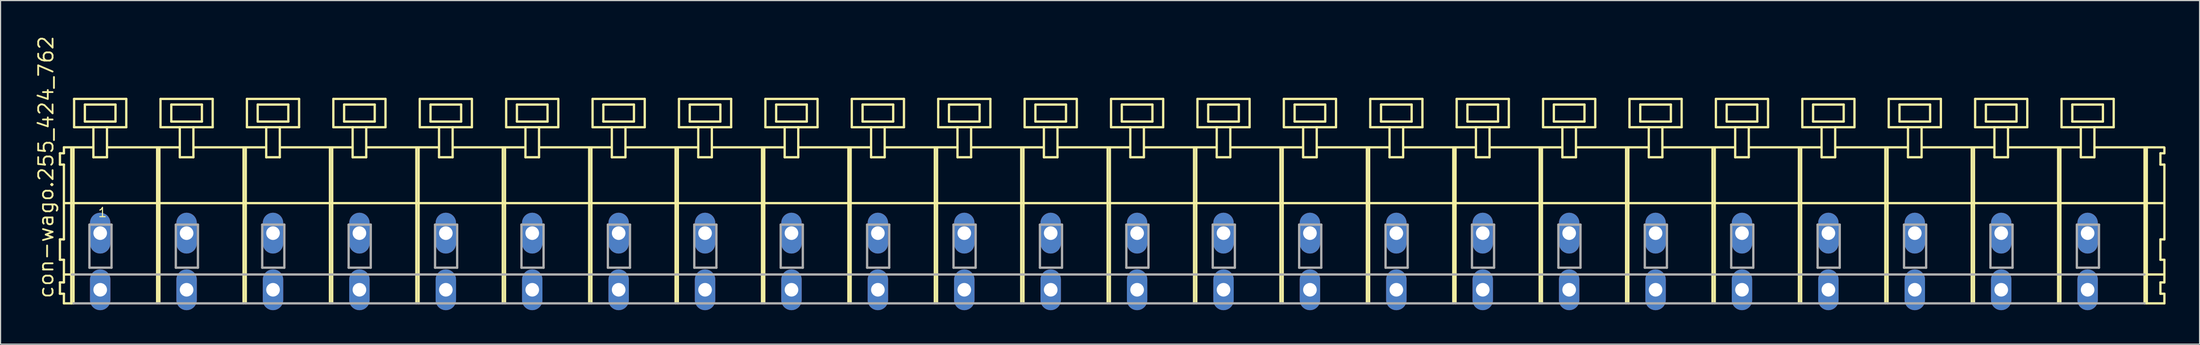
<source format=kicad_pcb>
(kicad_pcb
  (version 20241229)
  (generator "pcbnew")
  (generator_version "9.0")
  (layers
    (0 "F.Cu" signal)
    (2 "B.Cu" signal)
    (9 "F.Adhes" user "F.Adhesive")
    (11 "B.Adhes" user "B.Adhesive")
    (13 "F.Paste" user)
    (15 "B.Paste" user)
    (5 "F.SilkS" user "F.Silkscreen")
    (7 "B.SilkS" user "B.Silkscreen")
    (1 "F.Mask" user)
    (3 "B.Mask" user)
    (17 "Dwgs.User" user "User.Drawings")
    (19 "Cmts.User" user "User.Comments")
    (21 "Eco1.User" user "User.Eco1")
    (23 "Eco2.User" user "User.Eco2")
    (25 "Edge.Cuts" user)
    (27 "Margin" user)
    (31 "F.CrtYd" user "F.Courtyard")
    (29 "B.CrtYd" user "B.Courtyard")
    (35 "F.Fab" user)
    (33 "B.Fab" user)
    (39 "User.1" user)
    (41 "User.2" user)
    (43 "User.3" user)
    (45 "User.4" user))
  (footprint "con-wago.255_424_762"
    (layer "F.Cu")
    (at 94.685 17.533)
    (property "Reference" "con-wago.255_424_762" (at -92.935 5.855 90) (layer "F.SilkS") (effects (font (size 1.27 1.27) (thickness 0.16)) (justify left bottom)))
    (attr through_hole)
    (fp_line (start -92.45 -7.05) (end -92.45 -6.05) (stroke (width 0.203) (type default)) (layer "F.SilkS"))
    (fp_line (start -92.45 -6.05) (end -92.1 -6.05) (stroke (width 0.203) (type default)) (layer "F.SilkS"))
    (fp_line (start -92.45 0.55) (end -92.45 2.35) (stroke (width 0.203) (type default)) (layer "F.SilkS"))
    (fp_line (start -92.45 2.35) (end -92.1 2.35) (stroke (width 0.203) (type default)) (layer "F.SilkS"))
    (fp_line (start -92.45 4.35) (end -92.45 5.35) (stroke (width 0.203) (type default)) (layer "F.SilkS"))
    (fp_line (start -92.45 5.35) (end -92.1 5.35) (stroke (width 0.203) (type default)) (layer "F.SilkS"))
    (fp_line (start -92.1 -7.575) (end -92.1 -7.05) (stroke (width 0.203) (type default)) (layer "F.SilkS"))
    (fp_line (start -92.1 -7.575) (end -89.525 -7.575) (stroke (width 0.203) (type default)) (layer "F.SilkS"))
    (fp_line (start -92.1 -7.05) (end -92.45 -7.05) (stroke (width 0.203) (type default)) (layer "F.SilkS"))
    (fp_line (start -92.1 -6.05) (end -92.1 0.55) (stroke (width 0.203) (type default)) (layer "F.SilkS"))
    (fp_line (start -92.1 0.55) (end -92.45 0.55) (stroke (width 0.203) (type default)) (layer "F.SilkS"))
    (fp_line (start -92.1 2.35) (end -92.1 4.35) (stroke (width 0.203) (type default)) (layer "F.SilkS"))
    (fp_line (start -92.1 3.65) (end -91.4 3.65) (stroke (width 0.203) (type default)) (layer "F.SilkS"))
    (fp_line (start -92.1 4.35) (end -92.45 4.35) (stroke (width 0.203) (type default)) (layer "F.SilkS"))
    (fp_line (start -92.1 5.35) (end -92.1 6.2) (stroke (width 0.203) (type default)) (layer "F.SilkS"))
    (fp_line (start -92.1 6.2) (end -91.45 6.2) (stroke (width 0.203) (type default)) (layer "F.SilkS"))
    (fp_line (start -92.05 -2.65) (end 93.08 -2.65) (stroke (width 0.203) (type default)) (layer "F.SilkS"))
    (fp_line (start -91.45 -7.55) (end -91.45 6.2) (stroke (width 0.203) (type default)) (layer "F.SilkS"))
    (fp_line (start -91.45 6.2) (end -91.25 6.2) (stroke (width 0.203) (type default)) (layer "F.SilkS"))
    (fp_line (start -91.25 -7.55) (end -91.25 6.2) (stroke (width 0.203) (type default)) (layer "F.SilkS"))
    (fp_line (start -91.2 -11.85) (end -91.2 -9.35) (stroke (width 0.203) (type default)) (layer "F.SilkS"))
    (fp_line (start -91.2 -9.35) (end -89.5 -9.35) (stroke (width 0.203) (type default)) (layer "F.SilkS"))
    (fp_line (start -90.25 -11.35) (end -90.25 -9.85) (stroke (width 0.203) (type default)) (layer "F.SilkS"))
    (fp_line (start -90.25 -9.85) (end -87.55 -9.85) (stroke (width 0.203) (type default)) (layer "F.SilkS"))
    (fp_line (start -89.5 -9.35) (end -89.5 -6.7) (stroke (width 0.203) (type default)) (layer "F.SilkS"))
    (fp_line (start -89.5 -9.35) (end -88.3 -9.35) (stroke (width 0.203) (type default)) (layer "F.SilkS"))
    (fp_line (start -89.5 -6.7) (end -88.3 -6.7) (stroke (width 0.203) (type default)) (layer "F.SilkS"))
    (fp_line (start -88.3 -9.35) (end -86.6 -9.35) (stroke (width 0.203) (type default)) (layer "F.SilkS"))
    (fp_line (start -88.3 -6.7) (end -88.3 -9.35) (stroke (width 0.203) (type default)) (layer "F.SilkS"))
    (fp_line (start -88.275 -7.575) (end -81.901 -7.575) (stroke (width 0.203) (type default)) (layer "F.SilkS"))
    (fp_line (start -87.55 -11.35) (end -90.25 -11.35) (stroke (width 0.203) (type default)) (layer "F.SilkS"))
    (fp_line (start -87.55 -9.85) (end -87.55 -11.35) (stroke (width 0.203) (type default)) (layer "F.SilkS"))
    (fp_line (start -86.6 -11.85) (end -91.2 -11.85) (stroke (width 0.203) (type default)) (layer "F.SilkS"))
    (fp_line (start -86.6 -9.35) (end -86.6 -11.85) (stroke (width 0.203) (type default)) (layer "F.SilkS"))
    (fp_line (start -83.88 -7.55) (end -83.88 6.2) (stroke (width 0.203) (type default)) (layer "F.SilkS"))
    (fp_line (start -83.68 -7.55) (end -83.68 6.2) (stroke (width 0.203) (type default)) (layer "F.SilkS"))
    (fp_line (start -83.58 -11.85) (end -83.58 -9.35) (stroke (width 0.203) (type default)) (layer "F.SilkS"))
    (fp_line (start -83.58 -9.35) (end -81.88 -9.35) (stroke (width 0.203) (type default)) (layer "F.SilkS"))
    (fp_line (start -82.63 -11.35) (end -82.63 -9.85) (stroke (width 0.203) (type default)) (layer "F.SilkS"))
    (fp_line (start -82.63 -9.85) (end -79.93 -9.85) (stroke (width 0.203) (type default)) (layer "F.SilkS"))
    (fp_line (start -81.88 -9.35) (end -81.88 -6.7) (stroke (width 0.203) (type default)) (layer "F.SilkS"))
    (fp_line (start -81.88 -9.35) (end -80.68 -9.35) (stroke (width 0.203) (type default)) (layer "F.SilkS"))
    (fp_line (start -81.88 -6.7) (end -80.68 -6.7) (stroke (width 0.203) (type default)) (layer "F.SilkS"))
    (fp_line (start -80.68 -9.35) (end -78.98 -9.35) (stroke (width 0.203) (type default)) (layer "F.SilkS"))
    (fp_line (start -80.68 -6.7) (end -80.68 -9.35) (stroke (width 0.203) (type default)) (layer "F.SilkS"))
    (fp_line (start -80.655 -7.575) (end -74.281 -7.575) (stroke (width 0.203) (type default)) (layer "F.SilkS"))
    (fp_line (start -79.93 -11.35) (end -82.63 -11.35) (stroke (width 0.203) (type default)) (layer "F.SilkS"))
    (fp_line (start -79.93 -9.85) (end -79.93 -11.35) (stroke (width 0.203) (type default)) (layer "F.SilkS"))
    (fp_line (start -78.98 -11.85) (end -83.58 -11.85) (stroke (width 0.203) (type default)) (layer "F.SilkS"))
    (fp_line (start -78.98 -9.35) (end -78.98 -11.85) (stroke (width 0.203) (type default)) (layer "F.SilkS"))
    (fp_line (start -76.26 -7.55) (end -76.26 6.2) (stroke (width 0.203) (type default)) (layer "F.SilkS"))
    (fp_line (start -76.06 -7.55) (end -76.06 6.2) (stroke (width 0.203) (type default)) (layer "F.SilkS"))
    (fp_line (start -75.96 -11.85) (end -75.96 -9.35) (stroke (width 0.203) (type default)) (layer "F.SilkS"))
    (fp_line (start -75.96 -9.35) (end -74.26 -9.35) (stroke (width 0.203) (type default)) (layer "F.SilkS"))
    (fp_line (start -75.01 -11.35) (end -75.01 -9.85) (stroke (width 0.203) (type default)) (layer "F.SilkS"))
    (fp_line (start -75.01 -9.85) (end -72.31 -9.85) (stroke (width 0.203) (type default)) (layer "F.SilkS"))
    (fp_line (start -74.26 -9.35) (end -74.26 -6.7) (stroke (width 0.203) (type default)) (layer "F.SilkS"))
    (fp_line (start -74.26 -9.35) (end -73.06 -9.35) (stroke (width 0.203) (type default)) (layer "F.SilkS"))
    (fp_line (start -74.26 -6.7) (end -73.06 -6.7) (stroke (width 0.203) (type default)) (layer "F.SilkS"))
    (fp_line (start -73.06 -9.35) (end -71.36 -9.35) (stroke (width 0.203) (type default)) (layer "F.SilkS"))
    (fp_line (start -73.06 -6.7) (end -73.06 -9.35) (stroke (width 0.203) (type default)) (layer "F.SilkS"))
    (fp_line (start -73.035 -7.575) (end -66.661 -7.575) (stroke (width 0.203) (type default)) (layer "F.SilkS"))
    (fp_line (start -72.31 -11.35) (end -75.01 -11.35) (stroke (width 0.203) (type default)) (layer "F.SilkS"))
    (fp_line (start -72.31 -9.85) (end -72.31 -11.35) (stroke (width 0.203) (type default)) (layer "F.SilkS"))
    (fp_line (start -71.36 -11.85) (end -75.96 -11.85) (stroke (width 0.203) (type default)) (layer "F.SilkS"))
    (fp_line (start -71.36 -9.35) (end -71.36 -11.85) (stroke (width 0.203) (type default)) (layer "F.SilkS"))
    (fp_line (start -68.64 -7.55) (end -68.64 6.2) (stroke (width 0.203) (type default)) (layer "F.SilkS"))
    (fp_line (start -68.44 -7.55) (end -68.44 6.2) (stroke (width 0.203) (type default)) (layer "F.SilkS"))
    (fp_line (start -68.34 -11.85) (end -68.34 -9.35) (stroke (width 0.203) (type default)) (layer "F.SilkS"))
    (fp_line (start -68.34 -9.35) (end -66.64 -9.35) (stroke (width 0.203) (type default)) (layer "F.SilkS"))
    (fp_line (start -67.39 -11.35) (end -67.39 -9.85) (stroke (width 0.203) (type default)) (layer "F.SilkS"))
    (fp_line (start -67.39 -9.85) (end -64.69 -9.85) (stroke (width 0.203) (type default)) (layer "F.SilkS"))
    (fp_line (start -66.64 -9.35) (end -66.64 -6.7) (stroke (width 0.203) (type default)) (layer "F.SilkS"))
    (fp_line (start -66.64 -9.35) (end -65.44 -9.35) (stroke (width 0.203) (type default)) (layer "F.SilkS"))
    (fp_line (start -66.64 -6.7) (end -65.44 -6.7) (stroke (width 0.203) (type default)) (layer "F.SilkS"))
    (fp_line (start -65.44 -9.35) (end -63.74 -9.35) (stroke (width 0.203) (type default)) (layer "F.SilkS"))
    (fp_line (start -65.44 -6.7) (end -65.44 -9.35) (stroke (width 0.203) (type default)) (layer "F.SilkS"))
    (fp_line (start -65.415 -7.575) (end -59.041 -7.575) (stroke (width 0.203) (type default)) (layer "F.SilkS"))
    (fp_line (start -64.69 -11.35) (end -67.39 -11.35) (stroke (width 0.203) (type default)) (layer "F.SilkS"))
    (fp_line (start -64.69 -9.85) (end -64.69 -11.35) (stroke (width 0.203) (type default)) (layer "F.SilkS"))
    (fp_line (start -63.74 -11.85) (end -68.34 -11.85) (stroke (width 0.203) (type default)) (layer "F.SilkS"))
    (fp_line (start -63.74 -9.35) (end -63.74 -11.85) (stroke (width 0.203) (type default)) (layer "F.SilkS"))
    (fp_line (start -61.02 -7.55) (end -61.02 6.2) (stroke (width 0.203) (type default)) (layer "F.SilkS"))
    (fp_line (start -60.82 -7.55) (end -60.82 6.2) (stroke (width 0.203) (type default)) (layer "F.SilkS"))
    (fp_line (start -60.72 -11.85) (end -60.72 -9.35) (stroke (width 0.203) (type default)) (layer "F.SilkS"))
    (fp_line (start -60.72 -9.35) (end -59.02 -9.35) (stroke (width 0.203) (type default)) (layer "F.SilkS"))
    (fp_line (start -59.77 -11.35) (end -59.77 -9.85) (stroke (width 0.203) (type default)) (layer "F.SilkS"))
    (fp_line (start -59.77 -9.85) (end -57.07 -9.85) (stroke (width 0.203) (type default)) (layer "F.SilkS"))
    (fp_line (start -59.02 -9.35) (end -59.02 -6.7) (stroke (width 0.203) (type default)) (layer "F.SilkS"))
    (fp_line (start -59.02 -9.35) (end -57.82 -9.35) (stroke (width 0.203) (type default)) (layer "F.SilkS"))
    (fp_line (start -59.02 -6.7) (end -57.82 -6.7) (stroke (width 0.203) (type default)) (layer "F.SilkS"))
    (fp_line (start -57.82 -9.35) (end -56.12 -9.35) (stroke (width 0.203) (type default)) (layer "F.SilkS"))
    (fp_line (start -57.82 -6.7) (end -57.82 -9.35) (stroke (width 0.203) (type default)) (layer "F.SilkS"))
    (fp_line (start -57.795 -7.575) (end -51.421 -7.575) (stroke (width 0.203) (type default)) (layer "F.SilkS"))
    (fp_line (start -57.07 -11.35) (end -59.77 -11.35) (stroke (width 0.203) (type default)) (layer "F.SilkS"))
    (fp_line (start -57.07 -9.85) (end -57.07 -11.35) (stroke (width 0.203) (type default)) (layer "F.SilkS"))
    (fp_line (start -56.12 -11.85) (end -60.72 -11.85) (stroke (width 0.203) (type default)) (layer "F.SilkS"))
    (fp_line (start -56.12 -9.35) (end -56.12 -11.85) (stroke (width 0.203) (type default)) (layer "F.SilkS"))
    (fp_line (start -53.4 -7.55) (end -53.4 6.2) (stroke (width 0.203) (type default)) (layer "F.SilkS"))
    (fp_line (start -53.2 -7.55) (end -53.2 6.2) (stroke (width 0.203) (type default)) (layer "F.SilkS"))
    (fp_line (start -53.1 -11.85) (end -53.1 -9.35) (stroke (width 0.203) (type default)) (layer "F.SilkS"))
    (fp_line (start -53.1 -9.35) (end -51.4 -9.35) (stroke (width 0.203) (type default)) (layer "F.SilkS"))
    (fp_line (start -52.15 -11.35) (end -52.15 -9.85) (stroke (width 0.203) (type default)) (layer "F.SilkS"))
    (fp_line (start -52.15 -9.85) (end -49.45 -9.85) (stroke (width 0.203) (type default)) (layer "F.SilkS"))
    (fp_line (start -51.4 -9.35) (end -51.4 -6.7) (stroke (width 0.203) (type default)) (layer "F.SilkS"))
    (fp_line (start -51.4 -9.35) (end -50.2 -9.35) (stroke (width 0.203) (type default)) (layer "F.SilkS"))
    (fp_line (start -51.4 -6.7) (end -50.2 -6.7) (stroke (width 0.203) (type default)) (layer "F.SilkS"))
    (fp_line (start -50.2 -9.35) (end -48.5 -9.35) (stroke (width 0.203) (type default)) (layer "F.SilkS"))
    (fp_line (start -50.2 -6.7) (end -50.2 -9.35) (stroke (width 0.203) (type default)) (layer "F.SilkS"))
    (fp_line (start -50.175 -7.575) (end -43.801 -7.575) (stroke (width 0.203) (type default)) (layer "F.SilkS"))
    (fp_line (start -49.45 -11.35) (end -52.15 -11.35) (stroke (width 0.203) (type default)) (layer "F.SilkS"))
    (fp_line (start -49.45 -9.85) (end -49.45 -11.35) (stroke (width 0.203) (type default)) (layer "F.SilkS"))
    (fp_line (start -48.5 -11.85) (end -53.1 -11.85) (stroke (width 0.203) (type default)) (layer "F.SilkS"))
    (fp_line (start -48.5 -9.35) (end -48.5 -11.85) (stroke (width 0.203) (type default)) (layer "F.SilkS"))
    (fp_line (start -45.78 -7.55) (end -45.78 6.2) (stroke (width 0.203) (type default)) (layer "F.SilkS"))
    (fp_line (start -45.58 -7.55) (end -45.58 6.2) (stroke (width 0.203) (type default)) (layer "F.SilkS"))
    (fp_line (start -45.48 -11.85) (end -45.48 -9.35) (stroke (width 0.203) (type default)) (layer "F.SilkS"))
    (fp_line (start -45.48 -9.35) (end -43.78 -9.35) (stroke (width 0.203) (type default)) (layer "F.SilkS"))
    (fp_line (start -44.53 -11.35) (end -44.53 -9.85) (stroke (width 0.203) (type default)) (layer "F.SilkS"))
    (fp_line (start -44.53 -9.85) (end -41.83 -9.85) (stroke (width 0.203) (type default)) (layer "F.SilkS"))
    (fp_line (start -43.78 -9.35) (end -43.78 -6.7) (stroke (width 0.203) (type default)) (layer "F.SilkS"))
    (fp_line (start -43.78 -9.35) (end -42.58 -9.35) (stroke (width 0.203) (type default)) (layer "F.SilkS"))
    (fp_line (start -43.78 -6.7) (end -42.58 -6.7) (stroke (width 0.203) (type default)) (layer "F.SilkS"))
    (fp_line (start -42.58 -9.35) (end -40.88 -9.35) (stroke (width 0.203) (type default)) (layer "F.SilkS"))
    (fp_line (start -42.58 -6.7) (end -42.58 -9.35) (stroke (width 0.203) (type default)) (layer "F.SilkS"))
    (fp_line (start -42.555 -7.575) (end -36.181 -7.575) (stroke (width 0.203) (type default)) (layer "F.SilkS"))
    (fp_line (start -41.83 -11.35) (end -44.53 -11.35) (stroke (width 0.203) (type default)) (layer "F.SilkS"))
    (fp_line (start -41.83 -9.85) (end -41.83 -11.35) (stroke (width 0.203) (type default)) (layer "F.SilkS"))
    (fp_line (start -40.88 -11.85) (end -45.48 -11.85) (stroke (width 0.203) (type default)) (layer "F.SilkS"))
    (fp_line (start -40.88 -9.35) (end -40.88 -11.85) (stroke (width 0.203) (type default)) (layer "F.SilkS"))
    (fp_line (start -38.16 -7.55) (end -38.16 6.2) (stroke (width 0.203) (type default)) (layer "F.SilkS"))
    (fp_line (start -37.96 -7.55) (end -37.96 6.2) (stroke (width 0.203) (type default)) (layer "F.SilkS"))
    (fp_line (start -37.86 -11.85) (end -37.86 -9.35) (stroke (width 0.203) (type default)) (layer "F.SilkS"))
    (fp_line (start -37.86 -9.35) (end -36.16 -9.35) (stroke (width 0.203) (type default)) (layer "F.SilkS"))
    (fp_line (start -36.91 -11.35) (end -36.91 -9.85) (stroke (width 0.203) (type default)) (layer "F.SilkS"))
    (fp_line (start -36.91 -9.85) (end -34.21 -9.85) (stroke (width 0.203) (type default)) (layer "F.SilkS"))
    (fp_line (start -36.16 -9.35) (end -36.16 -6.7) (stroke (width 0.203) (type default)) (layer "F.SilkS"))
    (fp_line (start -36.16 -9.35) (end -34.96 -9.35) (stroke (width 0.203) (type default)) (layer "F.SilkS"))
    (fp_line (start -36.16 -6.7) (end -34.96 -6.7) (stroke (width 0.203) (type default)) (layer "F.SilkS"))
    (fp_line (start -34.96 -9.35) (end -33.26 -9.35) (stroke (width 0.203) (type default)) (layer "F.SilkS"))
    (fp_line (start -34.96 -6.7) (end -34.96 -9.35) (stroke (width 0.203) (type default)) (layer "F.SilkS"))
    (fp_line (start -34.935 -7.575) (end -28.561 -7.575) (stroke (width 0.203) (type default)) (layer "F.SilkS"))
    (fp_line (start -34.21 -11.35) (end -36.91 -11.35) (stroke (width 0.203) (type default)) (layer "F.SilkS"))
    (fp_line (start -34.21 -9.85) (end -34.21 -11.35) (stroke (width 0.203) (type default)) (layer "F.SilkS"))
    (fp_line (start -33.26 -11.85) (end -37.86 -11.85) (stroke (width 0.203) (type default)) (layer "F.SilkS"))
    (fp_line (start -33.26 -9.35) (end -33.26 -11.85) (stroke (width 0.203) (type default)) (layer "F.SilkS"))
    (fp_line (start -30.54 -7.55) (end -30.54 6.2) (stroke (width 0.203) (type default)) (layer "F.SilkS"))
    (fp_line (start -30.34 -7.55) (end -30.34 6.2) (stroke (width 0.203) (type default)) (layer "F.SilkS"))
    (fp_line (start -30.24 -11.85) (end -30.24 -9.35) (stroke (width 0.203) (type default)) (layer "F.SilkS"))
    (fp_line (start -30.24 -9.35) (end -28.54 -9.35) (stroke (width 0.203) (type default)) (layer "F.SilkS"))
    (fp_line (start -29.29 -11.35) (end -29.29 -9.85) (stroke (width 0.203) (type default)) (layer "F.SilkS"))
    (fp_line (start -29.29 -9.85) (end -26.59 -9.85) (stroke (width 0.203) (type default)) (layer "F.SilkS"))
    (fp_line (start -28.54 -9.35) (end -28.54 -6.7) (stroke (width 0.203) (type default)) (layer "F.SilkS"))
    (fp_line (start -28.54 -9.35) (end -27.34 -9.35) (stroke (width 0.203) (type default)) (layer "F.SilkS"))
    (fp_line (start -28.54 -6.7) (end -27.34 -6.7) (stroke (width 0.203) (type default)) (layer "F.SilkS"))
    (fp_line (start -27.34 -9.35) (end -25.64 -9.35) (stroke (width 0.203) (type default)) (layer "F.SilkS"))
    (fp_line (start -27.34 -6.7) (end -27.34 -9.35) (stroke (width 0.203) (type default)) (layer "F.SilkS"))
    (fp_line (start -27.315 -7.575) (end -20.941 -7.575) (stroke (width 0.203) (type default)) (layer "F.SilkS"))
    (fp_line (start -26.59 -11.35) (end -29.29 -11.35) (stroke (width 0.203) (type default)) (layer "F.SilkS"))
    (fp_line (start -26.59 -9.85) (end -26.59 -11.35) (stroke (width 0.203) (type default)) (layer "F.SilkS"))
    (fp_line (start -25.64 -11.85) (end -30.24 -11.85) (stroke (width 0.203) (type default)) (layer "F.SilkS"))
    (fp_line (start -25.64 -9.35) (end -25.64 -11.85) (stroke (width 0.203) (type default)) (layer "F.SilkS"))
    (fp_line (start -22.92 -7.55) (end -22.92 6.2) (stroke (width 0.203) (type default)) (layer "F.SilkS"))
    (fp_line (start -22.72 -7.55) (end -22.72 6.2) (stroke (width 0.203) (type default)) (layer "F.SilkS"))
    (fp_line (start -22.62 -11.85) (end -22.62 -9.35) (stroke (width 0.203) (type default)) (layer "F.SilkS"))
    (fp_line (start -22.62 -9.35) (end -20.92 -9.35) (stroke (width 0.203) (type default)) (layer "F.SilkS"))
    (fp_line (start -21.67 -11.35) (end -21.67 -9.85) (stroke (width 0.203) (type default)) (layer "F.SilkS"))
    (fp_line (start -21.67 -9.85) (end -18.97 -9.85) (stroke (width 0.203) (type default)) (layer "F.SilkS"))
    (fp_line (start -20.92 -9.35) (end -20.92 -6.7) (stroke (width 0.203) (type default)) (layer "F.SilkS"))
    (fp_line (start -20.92 -9.35) (end -19.72 -9.35) (stroke (width 0.203) (type default)) (layer "F.SilkS"))
    (fp_line (start -20.92 -6.7) (end -19.72 -6.7) (stroke (width 0.203) (type default)) (layer "F.SilkS"))
    (fp_line (start -19.72 -9.35) (end -18.02 -9.35) (stroke (width 0.203) (type default)) (layer "F.SilkS"))
    (fp_line (start -19.72 -6.7) (end -19.72 -9.35) (stroke (width 0.203) (type default)) (layer "F.SilkS"))
    (fp_line (start -19.695 -7.575) (end -13.321 -7.575) (stroke (width 0.203) (type default)) (layer "F.SilkS"))
    (fp_line (start -18.97 -11.35) (end -21.67 -11.35) (stroke (width 0.203) (type default)) (layer "F.SilkS"))
    (fp_line (start -18.97 -9.85) (end -18.97 -11.35) (stroke (width 0.203) (type default)) (layer "F.SilkS"))
    (fp_line (start -18.02 -11.85) (end -22.62 -11.85) (stroke (width 0.203) (type default)) (layer "F.SilkS"))
    (fp_line (start -18.02 -9.35) (end -18.02 -11.85) (stroke (width 0.203) (type default)) (layer "F.SilkS"))
    (fp_line (start -15.3 -7.55) (end -15.3 6.2) (stroke (width 0.203) (type default)) (layer "F.SilkS"))
    (fp_line (start -15.1 -7.55) (end -15.1 6.2) (stroke (width 0.203) (type default)) (layer "F.SilkS"))
    (fp_line (start -15 -11.85) (end -15 -9.35) (stroke (width 0.203) (type default)) (layer "F.SilkS"))
    (fp_line (start -15 -9.35) (end -13.3 -9.35) (stroke (width 0.203) (type default)) (layer "F.SilkS"))
    (fp_line (start -14.05 -11.35) (end -14.05 -9.85) (stroke (width 0.203) (type default)) (layer "F.SilkS"))
    (fp_line (start -14.05 -9.85) (end -11.35 -9.85) (stroke (width 0.203) (type default)) (layer "F.SilkS"))
    (fp_line (start -13.3 -9.35) (end -13.3 -6.7) (stroke (width 0.203) (type default)) (layer "F.SilkS"))
    (fp_line (start -13.3 -9.35) (end -12.1 -9.35) (stroke (width 0.203) (type default)) (layer "F.SilkS"))
    (fp_line (start -13.3 -6.7) (end -12.1 -6.7) (stroke (width 0.203) (type default)) (layer "F.SilkS"))
    (fp_line (start -12.1 -9.35) (end -10.4 -9.35) (stroke (width 0.203) (type default)) (layer "F.SilkS"))
    (fp_line (start -12.1 -6.7) (end -12.1 -9.35) (stroke (width 0.203) (type default)) (layer "F.SilkS"))
    (fp_line (start -12.075 -7.575) (end -5.701 -7.575) (stroke (width 0.203) (type default)) (layer "F.SilkS"))
    (fp_line (start -11.35 -11.35) (end -14.05 -11.35) (stroke (width 0.203) (type default)) (layer "F.SilkS"))
    (fp_line (start -11.35 -9.85) (end -11.35 -11.35) (stroke (width 0.203) (type default)) (layer "F.SilkS"))
    (fp_line (start -10.4 -11.85) (end -15 -11.85) (stroke (width 0.203) (type default)) (layer "F.SilkS"))
    (fp_line (start -10.4 -9.35) (end -10.4 -11.85) (stroke (width 0.203) (type default)) (layer "F.SilkS"))
    (fp_line (start -7.68 -7.55) (end -7.68 6.2) (stroke (width 0.203) (type default)) (layer "F.SilkS"))
    (fp_line (start -7.48 -7.55) (end -7.48 6.2) (stroke (width 0.203) (type default)) (layer "F.SilkS"))
    (fp_line (start -7.38 -11.85) (end -7.38 -9.35) (stroke (width 0.203) (type default)) (layer "F.SilkS"))
    (fp_line (start -7.38 -9.35) (end -5.68 -9.35) (stroke (width 0.203) (type default)) (layer "F.SilkS"))
    (fp_line (start -6.43 -11.35) (end -6.43 -9.85) (stroke (width 0.203) (type default)) (layer "F.SilkS"))
    (fp_line (start -6.43 -9.85) (end -3.73 -9.85) (stroke (width 0.203) (type default)) (layer "F.SilkS"))
    (fp_line (start -5.68 -9.35) (end -5.68 -6.7) (stroke (width 0.203) (type default)) (layer "F.SilkS"))
    (fp_line (start -5.68 -9.35) (end -4.48 -9.35) (stroke (width 0.203) (type default)) (layer "F.SilkS"))
    (fp_line (start -5.68 -6.7) (end -4.48 -6.7) (stroke (width 0.203) (type default)) (layer "F.SilkS"))
    (fp_line (start -4.48 -9.35) (end -2.78 -9.35) (stroke (width 0.203) (type default)) (layer "F.SilkS"))
    (fp_line (start -4.48 -6.7) (end -4.48 -9.35) (stroke (width 0.203) (type default)) (layer "F.SilkS"))
    (fp_line (start -4.455 -7.575) (end 1.919 -7.575) (stroke (width 0.203) (type default)) (layer "F.SilkS"))
    (fp_line (start -3.73 -11.35) (end -6.43 -11.35) (stroke (width 0.203) (type default)) (layer "F.SilkS"))
    (fp_line (start -3.73 -9.85) (end -3.73 -11.35) (stroke (width 0.203) (type default)) (layer "F.SilkS"))
    (fp_line (start -2.78 -11.85) (end -7.38 -11.85) (stroke (width 0.203) (type default)) (layer "F.SilkS"))
    (fp_line (start -2.78 -9.35) (end -2.78 -11.85) (stroke (width 0.203) (type default)) (layer "F.SilkS"))
    (fp_line (start -0.06 -7.55) (end -0.06 6.2) (stroke (width 0.203) (type default)) (layer "F.SilkS"))
    (fp_line (start 0.14 -7.55) (end 0.14 6.2) (stroke (width 0.203) (type default)) (layer "F.SilkS"))
    (fp_line (start 0.24 -11.85) (end 0.24 -9.35) (stroke (width 0.203) (type default)) (layer "F.SilkS"))
    (fp_line (start 0.24 -9.35) (end 1.94 -9.35) (stroke (width 0.203) (type default)) (layer "F.SilkS"))
    (fp_line (start 1.19 -11.35) (end 1.19 -9.85) (stroke (width 0.203) (type default)) (layer "F.SilkS"))
    (fp_line (start 1.19 -9.85) (end 3.89 -9.85) (stroke (width 0.203) (type default)) (layer "F.SilkS"))
    (fp_line (start 1.94 -9.35) (end 1.94 -6.7) (stroke (width 0.203) (type default)) (layer "F.SilkS"))
    (fp_line (start 1.94 -9.35) (end 3.14 -9.35) (stroke (width 0.203) (type default)) (layer "F.SilkS"))
    (fp_line (start 1.94 -6.7) (end 3.14 -6.7) (stroke (width 0.203) (type default)) (layer "F.SilkS"))
    (fp_line (start 3.14 -9.35) (end 4.84 -9.35) (stroke (width 0.203) (type default)) (layer "F.SilkS"))
    (fp_line (start 3.14 -6.7) (end 3.14 -9.35) (stroke (width 0.203) (type default)) (layer "F.SilkS"))
    (fp_line (start 3.165 -7.575) (end 9.539 -7.575) (stroke (width 0.203) (type default)) (layer "F.SilkS"))
    (fp_line (start 3.89 -11.35) (end 1.19 -11.35) (stroke (width 0.203) (type default)) (layer "F.SilkS"))
    (fp_line (start 3.89 -9.85) (end 3.89 -11.35) (stroke (width 0.203) (type default)) (layer "F.SilkS"))
    (fp_line (start 4.84 -11.85) (end 0.24 -11.85) (stroke (width 0.203) (type default)) (layer "F.SilkS"))
    (fp_line (start 4.84 -9.35) (end 4.84 -11.85) (stroke (width 0.203) (type default)) (layer "F.SilkS"))
    (fp_line (start 7.56 -7.55) (end 7.56 6.2) (stroke (width 0.203) (type default)) (layer "F.SilkS"))
    (fp_line (start 7.76 -7.55) (end 7.76 6.2) (stroke (width 0.203) (type default)) (layer "F.SilkS"))
    (fp_line (start 7.86 -11.85) (end 7.86 -9.35) (stroke (width 0.203) (type default)) (layer "F.SilkS"))
    (fp_line (start 7.86 -9.35) (end 9.56 -9.35) (stroke (width 0.203) (type default)) (layer "F.SilkS"))
    (fp_line (start 8.81 -11.35) (end 8.81 -9.85) (stroke (width 0.203) (type default)) (layer "F.SilkS"))
    (fp_line (start 8.81 -9.85) (end 11.51 -9.85) (stroke (width 0.203) (type default)) (layer "F.SilkS"))
    (fp_line (start 9.56 -9.35) (end 9.56 -6.7) (stroke (width 0.203) (type default)) (layer "F.SilkS"))
    (fp_line (start 9.56 -9.35) (end 10.76 -9.35) (stroke (width 0.203) (type default)) (layer "F.SilkS"))
    (fp_line (start 9.56 -6.7) (end 10.76 -6.7) (stroke (width 0.203) (type default)) (layer "F.SilkS"))
    (fp_line (start 10.76 -9.35) (end 12.46 -9.35) (stroke (width 0.203) (type default)) (layer "F.SilkS"))
    (fp_line (start 10.76 -6.7) (end 10.76 -9.35) (stroke (width 0.203) (type default)) (layer "F.SilkS"))
    (fp_line (start 10.785 -7.575) (end 17.159 -7.575) (stroke (width 0.203) (type default)) (layer "F.SilkS"))
    (fp_line (start 11.51 -11.35) (end 8.81 -11.35) (stroke (width 0.203) (type default)) (layer "F.SilkS"))
    (fp_line (start 11.51 -9.85) (end 11.51 -11.35) (stroke (width 0.203) (type default)) (layer "F.SilkS"))
    (fp_line (start 12.46 -11.85) (end 7.86 -11.85) (stroke (width 0.203) (type default)) (layer "F.SilkS"))
    (fp_line (start 12.46 -9.35) (end 12.46 -11.85) (stroke (width 0.203) (type default)) (layer "F.SilkS"))
    (fp_line (start 15.18 -7.55) (end 15.18 6.2) (stroke (width 0.203) (type default)) (layer "F.SilkS"))
    (fp_line (start 15.38 -7.55) (end 15.38 6.2) (stroke (width 0.203) (type default)) (layer "F.SilkS"))
    (fp_line (start 15.48 -11.85) (end 15.48 -9.35) (stroke (width 0.203) (type default)) (layer "F.SilkS"))
    (fp_line (start 15.48 -9.35) (end 17.18 -9.35) (stroke (width 0.203) (type default)) (layer "F.SilkS"))
    (fp_line (start 16.43 -11.35) (end 16.43 -9.85) (stroke (width 0.203) (type default)) (layer "F.SilkS"))
    (fp_line (start 16.43 -9.85) (end 19.13 -9.85) (stroke (width 0.203) (type default)) (layer "F.SilkS"))
    (fp_line (start 17.18 -9.35) (end 17.18 -6.7) (stroke (width 0.203) (type default)) (layer "F.SilkS"))
    (fp_line (start 17.18 -9.35) (end 18.38 -9.35) (stroke (width 0.203) (type default)) (layer "F.SilkS"))
    (fp_line (start 17.18 -6.7) (end 18.38 -6.7) (stroke (width 0.203) (type default)) (layer "F.SilkS"))
    (fp_line (start 18.38 -9.35) (end 20.08 -9.35) (stroke (width 0.203) (type default)) (layer "F.SilkS"))
    (fp_line (start 18.38 -6.7) (end 18.38 -9.35) (stroke (width 0.203) (type default)) (layer "F.SilkS"))
    (fp_line (start 18.405 -7.575) (end 24.779 -7.575) (stroke (width 0.203) (type default)) (layer "F.SilkS"))
    (fp_line (start 19.13 -11.35) (end 16.43 -11.35) (stroke (width 0.203) (type default)) (layer "F.SilkS"))
    (fp_line (start 19.13 -9.85) (end 19.13 -11.35) (stroke (width 0.203) (type default)) (layer "F.SilkS"))
    (fp_line (start 20.08 -11.85) (end 15.48 -11.85) (stroke (width 0.203) (type default)) (layer "F.SilkS"))
    (fp_line (start 20.08 -9.35) (end 20.08 -11.85) (stroke (width 0.203) (type default)) (layer "F.SilkS"))
    (fp_line (start 22.8 -7.55) (end 22.8 6.2) (stroke (width 0.203) (type default)) (layer "F.SilkS"))
    (fp_line (start 23 -7.55) (end 23 6.2) (stroke (width 0.203) (type default)) (layer "F.SilkS"))
    (fp_line (start 23.1 -11.85) (end 23.1 -9.35) (stroke (width 0.203) (type default)) (layer "F.SilkS"))
    (fp_line (start 23.1 -9.35) (end 24.8 -9.35) (stroke (width 0.203) (type default)) (layer "F.SilkS"))
    (fp_line (start 24.05 -11.35) (end 24.05 -9.85) (stroke (width 0.203) (type default)) (layer "F.SilkS"))
    (fp_line (start 24.05 -9.85) (end 26.75 -9.85) (stroke (width 0.203) (type default)) (layer "F.SilkS"))
    (fp_line (start 24.8 -9.35) (end 24.8 -6.7) (stroke (width 0.203) (type default)) (layer "F.SilkS"))
    (fp_line (start 24.8 -9.35) (end 26 -9.35) (stroke (width 0.203) (type default)) (layer "F.SilkS"))
    (fp_line (start 24.8 -6.7) (end 26 -6.7) (stroke (width 0.203) (type default)) (layer "F.SilkS"))
    (fp_line (start 26 -9.35) (end 27.7 -9.35) (stroke (width 0.203) (type default)) (layer "F.SilkS"))
    (fp_line (start 26 -6.7) (end 26 -9.35) (stroke (width 0.203) (type default)) (layer "F.SilkS"))
    (fp_line (start 26.025 -7.575) (end 32.399 -7.575) (stroke (width 0.203) (type default)) (layer "F.SilkS"))
    (fp_line (start 26.75 -11.35) (end 24.05 -11.35) (stroke (width 0.203) (type default)) (layer "F.SilkS"))
    (fp_line (start 26.75 -9.85) (end 26.75 -11.35) (stroke (width 0.203) (type default)) (layer "F.SilkS"))
    (fp_line (start 27.7 -11.85) (end 23.1 -11.85) (stroke (width 0.203) (type default)) (layer "F.SilkS"))
    (fp_line (start 27.7 -9.35) (end 27.7 -11.85) (stroke (width 0.203) (type default)) (layer "F.SilkS"))
    (fp_line (start 30.42 -7.55) (end 30.42 6.2) (stroke (width 0.203) (type default)) (layer "F.SilkS"))
    (fp_line (start 30.62 -7.55) (end 30.62 6.2) (stroke (width 0.203) (type default)) (layer "F.SilkS"))
    (fp_line (start 30.72 -11.85) (end 30.72 -9.35) (stroke (width 0.203) (type default)) (layer "F.SilkS"))
    (fp_line (start 30.72 -9.35) (end 32.42 -9.35) (stroke (width 0.203) (type default)) (layer "F.SilkS"))
    (fp_line (start 31.67 -11.35) (end 31.67 -9.85) (stroke (width 0.203) (type default)) (layer "F.SilkS"))
    (fp_line (start 31.67 -9.85) (end 34.37 -9.85) (stroke (width 0.203) (type default)) (layer "F.SilkS"))
    (fp_line (start 32.42 -9.35) (end 32.42 -6.7) (stroke (width 0.203) (type default)) (layer "F.SilkS"))
    (fp_line (start 32.42 -9.35) (end 33.62 -9.35) (stroke (width 0.203) (type default)) (layer "F.SilkS"))
    (fp_line (start 32.42 -6.7) (end 33.62 -6.7) (stroke (width 0.203) (type default)) (layer "F.SilkS"))
    (fp_line (start 33.62 -9.35) (end 35.32 -9.35) (stroke (width 0.203) (type default)) (layer "F.SilkS"))
    (fp_line (start 33.62 -6.7) (end 33.62 -9.35) (stroke (width 0.203) (type default)) (layer "F.SilkS"))
    (fp_line (start 33.645 -7.575) (end 40.019 -7.575) (stroke (width 0.203) (type default)) (layer "F.SilkS"))
    (fp_line (start 34.37 -11.35) (end 31.67 -11.35) (stroke (width 0.203) (type default)) (layer "F.SilkS"))
    (fp_line (start 34.37 -9.85) (end 34.37 -11.35) (stroke (width 0.203) (type default)) (layer "F.SilkS"))
    (fp_line (start 35.32 -11.85) (end 30.72 -11.85) (stroke (width 0.203) (type default)) (layer "F.SilkS"))
    (fp_line (start 35.32 -9.35) (end 35.32 -11.85) (stroke (width 0.203) (type default)) (layer "F.SilkS"))
    (fp_line (start 38.04 -7.55) (end 38.04 6.2) (stroke (width 0.203) (type default)) (layer "F.SilkS"))
    (fp_line (start 38.24 -7.55) (end 38.24 6.2) (stroke (width 0.203) (type default)) (layer "F.SilkS"))
    (fp_line (start 38.34 -11.85) (end 38.34 -9.35) (stroke (width 0.203) (type default)) (layer "F.SilkS"))
    (fp_line (start 38.34 -9.35) (end 40.04 -9.35) (stroke (width 0.203) (type default)) (layer "F.SilkS"))
    (fp_line (start 39.29 -11.35) (end 39.29 -9.85) (stroke (width 0.203) (type default)) (layer "F.SilkS"))
    (fp_line (start 39.29 -9.85) (end 41.99 -9.85) (stroke (width 0.203) (type default)) (layer "F.SilkS"))
    (fp_line (start 40.04 -9.35) (end 40.04 -6.7) (stroke (width 0.203) (type default)) (layer "F.SilkS"))
    (fp_line (start 40.04 -9.35) (end 41.24 -9.35) (stroke (width 0.203) (type default)) (layer "F.SilkS"))
    (fp_line (start 40.04 -6.7) (end 41.24 -6.7) (stroke (width 0.203) (type default)) (layer "F.SilkS"))
    (fp_line (start 41.24 -9.35) (end 42.94 -9.35) (stroke (width 0.203) (type default)) (layer "F.SilkS"))
    (fp_line (start 41.24 -6.7) (end 41.24 -9.35) (stroke (width 0.203) (type default)) (layer "F.SilkS"))
    (fp_line (start 41.265 -7.575) (end 47.639 -7.575) (stroke (width 0.203) (type default)) (layer "F.SilkS"))
    (fp_line (start 41.99 -11.35) (end 39.29 -11.35) (stroke (width 0.203) (type default)) (layer "F.SilkS"))
    (fp_line (start 41.99 -9.85) (end 41.99 -11.35) (stroke (width 0.203) (type default)) (layer "F.SilkS"))
    (fp_line (start 42.94 -11.85) (end 38.34 -11.85) (stroke (width 0.203) (type default)) (layer "F.SilkS"))
    (fp_line (start 42.94 -9.35) (end 42.94 -11.85) (stroke (width 0.203) (type default)) (layer "F.SilkS"))
    (fp_line (start 45.66 -7.55) (end 45.66 6.2) (stroke (width 0.203) (type default)) (layer "F.SilkS"))
    (fp_line (start 45.86 -7.55) (end 45.86 6.2) (stroke (width 0.203) (type default)) (layer "F.SilkS"))
    (fp_line (start 45.96 -11.85) (end 45.96 -9.35) (stroke (width 0.203) (type default)) (layer "F.SilkS"))
    (fp_line (start 45.96 -9.35) (end 47.66 -9.35) (stroke (width 0.203) (type default)) (layer "F.SilkS"))
    (fp_line (start 46.91 -11.35) (end 46.91 -9.85) (stroke (width 0.203) (type default)) (layer "F.SilkS"))
    (fp_line (start 46.91 -9.85) (end 49.61 -9.85) (stroke (width 0.203) (type default)) (layer "F.SilkS"))
    (fp_line (start 47.66 -9.35) (end 47.66 -6.7) (stroke (width 0.203) (type default)) (layer "F.SilkS"))
    (fp_line (start 47.66 -9.35) (end 48.86 -9.35) (stroke (width 0.203) (type default)) (layer "F.SilkS"))
    (fp_line (start 47.66 -6.7) (end 48.86 -6.7) (stroke (width 0.203) (type default)) (layer "F.SilkS"))
    (fp_line (start 48.86 -9.35) (end 50.56 -9.35) (stroke (width 0.203) (type default)) (layer "F.SilkS"))
    (fp_line (start 48.86 -6.7) (end 48.86 -9.35) (stroke (width 0.203) (type default)) (layer "F.SilkS"))
    (fp_line (start 48.885 -7.575) (end 55.259 -7.575) (stroke (width 0.203) (type default)) (layer "F.SilkS"))
    (fp_line (start 49.61 -11.35) (end 46.91 -11.35) (stroke (width 0.203) (type default)) (layer "F.SilkS"))
    (fp_line (start 49.61 -9.85) (end 49.61 -11.35) (stroke (width 0.203) (type default)) (layer "F.SilkS"))
    (fp_line (start 50.56 -11.85) (end 45.96 -11.85) (stroke (width 0.203) (type default)) (layer "F.SilkS"))
    (fp_line (start 50.56 -9.35) (end 50.56 -11.85) (stroke (width 0.203) (type default)) (layer "F.SilkS"))
    (fp_line (start 53.28 -7.55) (end 53.28 6.2) (stroke (width 0.203) (type default)) (layer "F.SilkS"))
    (fp_line (start 53.48 -7.55) (end 53.48 6.2) (stroke (width 0.203) (type default)) (layer "F.SilkS"))
    (fp_line (start 53.58 -11.85) (end 53.58 -9.35) (stroke (width 0.203) (type default)) (layer "F.SilkS"))
    (fp_line (start 53.58 -9.35) (end 55.28 -9.35) (stroke (width 0.203) (type default)) (layer "F.SilkS"))
    (fp_line (start 54.53 -11.35) (end 54.53 -9.85) (stroke (width 0.203) (type default)) (layer "F.SilkS"))
    (fp_line (start 54.53 -9.85) (end 57.23 -9.85) (stroke (width 0.203) (type default)) (layer "F.SilkS"))
    (fp_line (start 55.28 -9.35) (end 55.28 -6.7) (stroke (width 0.203) (type default)) (layer "F.SilkS"))
    (fp_line (start 55.28 -9.35) (end 56.48 -9.35) (stroke (width 0.203) (type default)) (layer "F.SilkS"))
    (fp_line (start 55.28 -6.7) (end 56.48 -6.7) (stroke (width 0.203) (type default)) (layer "F.SilkS"))
    (fp_line (start 56.48 -9.35) (end 58.18 -9.35) (stroke (width 0.203) (type default)) (layer "F.SilkS"))
    (fp_line (start 56.48 -6.7) (end 56.48 -9.35) (stroke (width 0.203) (type default)) (layer "F.SilkS"))
    (fp_line (start 56.505 -7.575) (end 62.879 -7.575) (stroke (width 0.203) (type default)) (layer "F.SilkS"))
    (fp_line (start 57.23 -11.35) (end 54.53 -11.35) (stroke (width 0.203) (type default)) (layer "F.SilkS"))
    (fp_line (start 57.23 -9.85) (end 57.23 -11.35) (stroke (width 0.203) (type default)) (layer "F.SilkS"))
    (fp_line (start 58.18 -11.85) (end 53.58 -11.85) (stroke (width 0.203) (type default)) (layer "F.SilkS"))
    (fp_line (start 58.18 -9.35) (end 58.18 -11.85) (stroke (width 0.203) (type default)) (layer "F.SilkS"))
    (fp_line (start 60.9 -7.55) (end 60.9 6.2) (stroke (width 0.203) (type default)) (layer "F.SilkS"))
    (fp_line (start 61.1 -7.55) (end 61.1 6.2) (stroke (width 0.203) (type default)) (layer "F.SilkS"))
    (fp_line (start 61.2 -11.85) (end 61.2 -9.35) (stroke (width 0.203) (type default)) (layer "F.SilkS"))
    (fp_line (start 61.2 -9.35) (end 62.9 -9.35) (stroke (width 0.203) (type default)) (layer "F.SilkS"))
    (fp_line (start 62.15 -11.35) (end 62.15 -9.85) (stroke (width 0.203) (type default)) (layer "F.SilkS"))
    (fp_line (start 62.15 -9.85) (end 64.85 -9.85) (stroke (width 0.203) (type default)) (layer "F.SilkS"))
    (fp_line (start 62.9 -9.35) (end 62.9 -6.7) (stroke (width 0.203) (type default)) (layer "F.SilkS"))
    (fp_line (start 62.9 -9.35) (end 64.1 -9.35) (stroke (width 0.203) (type default)) (layer "F.SilkS"))
    (fp_line (start 62.9 -6.7) (end 64.1 -6.7) (stroke (width 0.203) (type default)) (layer "F.SilkS"))
    (fp_line (start 64.1 -9.35) (end 65.8 -9.35) (stroke (width 0.203) (type default)) (layer "F.SilkS"))
    (fp_line (start 64.1 -6.7) (end 64.1 -9.35) (stroke (width 0.203) (type default)) (layer "F.SilkS"))
    (fp_line (start 64.125 -7.575) (end 70.499 -7.575) (stroke (width 0.203) (type default)) (layer "F.SilkS"))
    (fp_line (start 64.85 -11.35) (end 62.15 -11.35) (stroke (width 0.203) (type default)) (layer "F.SilkS"))
    (fp_line (start 64.85 -9.85) (end 64.85 -11.35) (stroke (width 0.203) (type default)) (layer "F.SilkS"))
    (fp_line (start 65.8 -11.85) (end 61.2 -11.85) (stroke (width 0.203) (type default)) (layer "F.SilkS"))
    (fp_line (start 65.8 -9.35) (end 65.8 -11.85) (stroke (width 0.203) (type default)) (layer "F.SilkS"))
    (fp_line (start 68.52 -7.55) (end 68.52 6.2) (stroke (width 0.203) (type default)) (layer "F.SilkS"))
    (fp_line (start 68.72 -7.55) (end 68.72 6.2) (stroke (width 0.203) (type default)) (layer "F.SilkS"))
    (fp_line (start 68.82 -11.85) (end 68.82 -9.35) (stroke (width 0.203) (type default)) (layer "F.SilkS"))
    (fp_line (start 68.82 -9.35) (end 70.52 -9.35) (stroke (width 0.203) (type default)) (layer "F.SilkS"))
    (fp_line (start 69.77 -11.35) (end 69.77 -9.85) (stroke (width 0.203) (type default)) (layer "F.SilkS"))
    (fp_line (start 69.77 -9.85) (end 72.47 -9.85) (stroke (width 0.203) (type default)) (layer "F.SilkS"))
    (fp_line (start 70.52 -9.35) (end 70.52 -6.7) (stroke (width 0.203) (type default)) (layer "F.SilkS"))
    (fp_line (start 70.52 -9.35) (end 71.72 -9.35) (stroke (width 0.203) (type default)) (layer "F.SilkS"))
    (fp_line (start 70.52 -6.7) (end 71.72 -6.7) (stroke (width 0.203) (type default)) (layer "F.SilkS"))
    (fp_line (start 71.72 -9.35) (end 73.42 -9.35) (stroke (width 0.203) (type default)) (layer "F.SilkS"))
    (fp_line (start 71.72 -6.7) (end 71.72 -9.35) (stroke (width 0.203) (type default)) (layer "F.SilkS"))
    (fp_line (start 71.745 -7.575) (end 78.119 -7.575) (stroke (width 0.203) (type default)) (layer "F.SilkS"))
    (fp_line (start 72.47 -11.35) (end 69.77 -11.35) (stroke (width 0.203) (type default)) (layer "F.SilkS"))
    (fp_line (start 72.47 -9.85) (end 72.47 -11.35) (stroke (width 0.203) (type default)) (layer "F.SilkS"))
    (fp_line (start 73.42 -11.85) (end 68.82 -11.85) (stroke (width 0.203) (type default)) (layer "F.SilkS"))
    (fp_line (start 73.42 -9.35) (end 73.42 -11.85) (stroke (width 0.203) (type default)) (layer "F.SilkS"))
    (fp_line (start 76.14 -7.55) (end 76.14 6.2) (stroke (width 0.203) (type default)) (layer "F.SilkS"))
    (fp_line (start 76.34 -7.55) (end 76.34 6.2) (stroke (width 0.203) (type default)) (layer "F.SilkS"))
    (fp_line (start 76.44 -11.85) (end 76.44 -9.35) (stroke (width 0.203) (type default)) (layer "F.SilkS"))
    (fp_line (start 76.44 -9.35) (end 78.14 -9.35) (stroke (width 0.203) (type default)) (layer "F.SilkS"))
    (fp_line (start 77.39 -11.35) (end 77.39 -9.85) (stroke (width 0.203) (type default)) (layer "F.SilkS"))
    (fp_line (start 77.39 -9.85) (end 80.09 -9.85) (stroke (width 0.203) (type default)) (layer "F.SilkS"))
    (fp_line (start 78.14 -9.35) (end 78.14 -6.7) (stroke (width 0.203) (type default)) (layer "F.SilkS"))
    (fp_line (start 78.14 -9.35) (end 79.34 -9.35) (stroke (width 0.203) (type default)) (layer "F.SilkS"))
    (fp_line (start 78.14 -6.7) (end 79.34 -6.7) (stroke (width 0.203) (type default)) (layer "F.SilkS"))
    (fp_line (start 79.34 -9.35) (end 81.04 -9.35) (stroke (width 0.203) (type default)) (layer "F.SilkS"))
    (fp_line (start 79.34 -6.7) (end 79.34 -9.35) (stroke (width 0.203) (type default)) (layer "F.SilkS"))
    (fp_line (start 79.365 -7.575) (end 85.739 -7.575) (stroke (width 0.203) (type default)) (layer "F.SilkS"))
    (fp_line (start 80.09 -11.35) (end 77.39 -11.35) (stroke (width 0.203) (type default)) (layer "F.SilkS"))
    (fp_line (start 80.09 -9.85) (end 80.09 -11.35) (stroke (width 0.203) (type default)) (layer "F.SilkS"))
    (fp_line (start 81.04 -11.85) (end 76.44 -11.85) (stroke (width 0.203) (type default)) (layer "F.SilkS"))
    (fp_line (start 81.04 -9.35) (end 81.04 -11.85) (stroke (width 0.203) (type default)) (layer "F.SilkS"))
    (fp_line (start 83.76 -7.55) (end 83.76 6.2) (stroke (width 0.203) (type default)) (layer "F.SilkS"))
    (fp_line (start 83.96 -7.55) (end 83.96 6.2) (stroke (width 0.203) (type default)) (layer "F.SilkS"))
    (fp_line (start 84.06 -11.85) (end 84.06 -9.35) (stroke (width 0.203) (type default)) (layer "F.SilkS"))
    (fp_line (start 84.06 -9.35) (end 85.76 -9.35) (stroke (width 0.203) (type default)) (layer "F.SilkS"))
    (fp_line (start 85.01 -11.35) (end 85.01 -9.85) (stroke (width 0.203) (type default)) (layer "F.SilkS"))
    (fp_line (start 85.01 -9.85) (end 87.71 -9.85) (stroke (width 0.203) (type default)) (layer "F.SilkS"))
    (fp_line (start 85.76 -9.35) (end 85.76 -6.7) (stroke (width 0.203) (type default)) (layer "F.SilkS"))
    (fp_line (start 85.76 -9.35) (end 86.96 -9.35) (stroke (width 0.203) (type default)) (layer "F.SilkS"))
    (fp_line (start 85.76 -6.7) (end 86.96 -6.7) (stroke (width 0.203) (type default)) (layer "F.SilkS"))
    (fp_line (start 86.96 -9.35) (end 88.66 -9.35) (stroke (width 0.203) (type default)) (layer "F.SilkS"))
    (fp_line (start 86.96 -6.7) (end 86.96 -9.35) (stroke (width 0.203) (type default)) (layer "F.SilkS"))
    (fp_line (start 86.985 -7.575) (end 93.105 -7.575) (stroke (width 0.203) (type default)) (layer "F.SilkS"))
    (fp_line (start 87.71 -11.35) (end 85.01 -11.35) (stroke (width 0.203) (type default)) (layer "F.SilkS"))
    (fp_line (start 87.71 -9.85) (end 87.71 -11.35) (stroke (width 0.203) (type default)) (layer "F.SilkS"))
    (fp_line (start 88.66 -11.85) (end 84.06 -11.85) (stroke (width 0.203) (type default)) (layer "F.SilkS"))
    (fp_line (start 88.66 -9.35) (end 88.66 -11.85) (stroke (width 0.203) (type default)) (layer "F.SilkS"))
    (fp_line (start 91.38 -7.55) (end 91.38 6.2) (stroke (width 0.203) (type default)) (layer "F.SilkS"))
    (fp_line (start 91.38 6.2) (end 93.13 6.2) (stroke (width 0.203) (type default)) (layer "F.SilkS"))
    (fp_line (start 91.43 3.65) (end 93.13 3.65) (stroke (width 0.203) (type default)) (layer "F.SilkS"))
    (fp_line (start 91.58 -7.55) (end 91.58 6.2) (stroke (width 0.203) (type default)) (layer "F.SilkS"))
    (fp_line (start 92.78 -7.05) (end 92.78 -6.05) (stroke (width 0.203) (type default)) (layer "F.SilkS"))
    (fp_line (start 92.78 -6.05) (end 93.13 -6.05) (stroke (width 0.203) (type default)) (layer "F.SilkS"))
    (fp_line (start 92.78 0.55) (end 92.78 2.35) (stroke (width 0.203) (type default)) (layer "F.SilkS"))
    (fp_line (start 92.78 2.35) (end 93.13 2.35) (stroke (width 0.203) (type default)) (layer "F.SilkS"))
    (fp_line (start 92.78 4.35) (end 92.78 5.35) (stroke (width 0.203) (type default)) (layer "F.SilkS"))
    (fp_line (start 92.78 5.35) (end 93.13 5.35) (stroke (width 0.203) (type default)) (layer "F.SilkS"))
    (fp_line (start 93.13 -7.05) (end 92.78 -7.05) (stroke (width 0.203) (type default)) (layer "F.SilkS"))
    (fp_line (start 93.13 -7.05) (end 93.13 -7.55) (stroke (width 0.203) (type default)) (layer "F.SilkS"))
    (fp_line (start 93.13 0.55) (end 92.78 0.55) (stroke (width 0.203) (type default)) (layer "F.SilkS"))
    (fp_line (start 93.13 0.55) (end 93.13 -6.05) (stroke (width 0.203) (type default)) (layer "F.SilkS"))
    (fp_line (start 93.13 3.65) (end 93.13 2.35) (stroke (width 0.203) (type default)) (layer "F.SilkS"))
    (fp_line (start 93.13 4.35) (end 92.78 4.35) (stroke (width 0.203) (type default)) (layer "F.SilkS"))
    (fp_line (start 93.13 4.35) (end 93.13 3.65) (stroke (width 0.203) (type default)) (layer "F.SilkS"))
    (fp_line (start 93.13 6.2) (end 93.13 5.35) (stroke (width 0.203) (type default)) (layer "F.SilkS"))
    (fp_line (start -91.4 3.65) (end 91.38 3.65) (stroke (width 0.203) (type default)) (layer "F.Fab"))
    (fp_line (start -91.25 6.2) (end 91.38 6.2) (stroke (width 0.203) (type default)) (layer "F.Fab"))
    (fp_line (start -89.85 -0.75) (end -89.85 3.05) (stroke (width 0.203) (type default)) (layer "F.Fab"))
    (fp_line (start -89.85 3.05) (end -87.9 3.05) (stroke (width 0.203) (type default)) (layer "F.Fab"))
    (fp_line (start -87.9 -0.75) (end -89.85 -0.75) (stroke (width 0.203) (type default)) (layer "F.Fab"))
    (fp_line (start -87.9 3.05) (end -87.9 -0.75) (stroke (width 0.203) (type default)) (layer "F.Fab"))
    (fp_line (start -82.23 -0.75) (end -82.23 3.05) (stroke (width 0.203) (type default)) (layer "F.Fab"))
    (fp_line (start -82.23 3.05) (end -80.28 3.05) (stroke (width 0.203) (type default)) (layer "F.Fab"))
    (fp_line (start -80.28 -0.75) (end -82.23 -0.75) (stroke (width 0.203) (type default)) (layer "F.Fab"))
    (fp_line (start -80.28 3.05) (end -80.28 -0.75) (stroke (width 0.203) (type default)) (layer "F.Fab"))
    (fp_line (start -74.61 -0.75) (end -74.61 3.05) (stroke (width 0.203) (type default)) (layer "F.Fab"))
    (fp_line (start -74.61 3.05) (end -72.66 3.05) (stroke (width 0.203) (type default)) (layer "F.Fab"))
    (fp_line (start -72.66 -0.75) (end -74.61 -0.75) (stroke (width 0.203) (type default)) (layer "F.Fab"))
    (fp_line (start -72.66 3.05) (end -72.66 -0.75) (stroke (width 0.203) (type default)) (layer "F.Fab"))
    (fp_line (start -66.99 -0.75) (end -66.99 3.05) (stroke (width 0.203) (type default)) (layer "F.Fab"))
    (fp_line (start -66.99 3.05) (end -65.04 3.05) (stroke (width 0.203) (type default)) (layer "F.Fab"))
    (fp_line (start -65.04 -0.75) (end -66.99 -0.75) (stroke (width 0.203) (type default)) (layer "F.Fab"))
    (fp_line (start -65.04 3.05) (end -65.04 -0.75) (stroke (width 0.203) (type default)) (layer "F.Fab"))
    (fp_line (start -59.37 -0.75) (end -59.37 3.05) (stroke (width 0.203) (type default)) (layer "F.Fab"))
    (fp_line (start -59.37 3.05) (end -57.42 3.05) (stroke (width 0.203) (type default)) (layer "F.Fab"))
    (fp_line (start -57.42 -0.75) (end -59.37 -0.75) (stroke (width 0.203) (type default)) (layer "F.Fab"))
    (fp_line (start -57.42 3.05) (end -57.42 -0.75) (stroke (width 0.203) (type default)) (layer "F.Fab"))
    (fp_line (start -51.75 -0.75) (end -51.75 3.05) (stroke (width 0.203) (type default)) (layer "F.Fab"))
    (fp_line (start -51.75 3.05) (end -49.8 3.05) (stroke (width 0.203) (type default)) (layer "F.Fab"))
    (fp_line (start -49.8 -0.75) (end -51.75 -0.75) (stroke (width 0.203) (type default)) (layer "F.Fab"))
    (fp_line (start -49.8 3.05) (end -49.8 -0.75) (stroke (width 0.203) (type default)) (layer "F.Fab"))
    (fp_line (start -44.13 -0.75) (end -44.13 3.05) (stroke (width 0.203) (type default)) (layer "F.Fab"))
    (fp_line (start -44.13 3.05) (end -42.18 3.05) (stroke (width 0.203) (type default)) (layer "F.Fab"))
    (fp_line (start -42.18 -0.75) (end -44.13 -0.75) (stroke (width 0.203) (type default)) (layer "F.Fab"))
    (fp_line (start -42.18 3.05) (end -42.18 -0.75) (stroke (width 0.203) (type default)) (layer "F.Fab"))
    (fp_line (start -36.51 -0.75) (end -36.51 3.05) (stroke (width 0.203) (type default)) (layer "F.Fab"))
    (fp_line (start -36.51 3.05) (end -34.56 3.05) (stroke (width 0.203) (type default)) (layer "F.Fab"))
    (fp_line (start -34.56 -0.75) (end -36.51 -0.75) (stroke (width 0.203) (type default)) (layer "F.Fab"))
    (fp_line (start -34.56 3.05) (end -34.56 -0.75) (stroke (width 0.203) (type default)) (layer "F.Fab"))
    (fp_line (start -28.89 -0.75) (end -28.89 3.05) (stroke (width 0.203) (type default)) (layer "F.Fab"))
    (fp_line (start -28.89 3.05) (end -26.94 3.05) (stroke (width 0.203) (type default)) (layer "F.Fab"))
    (fp_line (start -26.94 -0.75) (end -28.89 -0.75) (stroke (width 0.203) (type default)) (layer "F.Fab"))
    (fp_line (start -26.94 3.05) (end -26.94 -0.75) (stroke (width 0.203) (type default)) (layer "F.Fab"))
    (fp_line (start -21.27 -0.75) (end -21.27 3.05) (stroke (width 0.203) (type default)) (layer "F.Fab"))
    (fp_line (start -21.27 3.05) (end -19.32 3.05) (stroke (width 0.203) (type default)) (layer "F.Fab"))
    (fp_line (start -19.32 -0.75) (end -21.27 -0.75) (stroke (width 0.203) (type default)) (layer "F.Fab"))
    (fp_line (start -19.32 3.05) (end -19.32 -0.75) (stroke (width 0.203) (type default)) (layer "F.Fab"))
    (fp_line (start -13.65 -0.75) (end -13.65 3.05) (stroke (width 0.203) (type default)) (layer "F.Fab"))
    (fp_line (start -13.65 3.05) (end -11.7 3.05) (stroke (width 0.203) (type default)) (layer "F.Fab"))
    (fp_line (start -11.7 -0.75) (end -13.65 -0.75) (stroke (width 0.203) (type default)) (layer "F.Fab"))
    (fp_line (start -11.7 3.05) (end -11.7 -0.75) (stroke (width 0.203) (type default)) (layer "F.Fab"))
    (fp_line (start -6.03 -0.75) (end -6.03 3.05) (stroke (width 0.203) (type default)) (layer "F.Fab"))
    (fp_line (start -6.03 3.05) (end -4.08 3.05) (stroke (width 0.203) (type default)) (layer "F.Fab"))
    (fp_line (start -4.08 -0.75) (end -6.03 -0.75) (stroke (width 0.203) (type default)) (layer "F.Fab"))
    (fp_line (start -4.08 3.05) (end -4.08 -0.75) (stroke (width 0.203) (type default)) (layer "F.Fab"))
    (fp_line (start 1.59 -0.75) (end 1.59 3.05) (stroke (width 0.203) (type default)) (layer "F.Fab"))
    (fp_line (start 1.59 3.05) (end 3.54 3.05) (stroke (width 0.203) (type default)) (layer "F.Fab"))
    (fp_line (start 3.54 -0.75) (end 1.59 -0.75) (stroke (width 0.203) (type default)) (layer "F.Fab"))
    (fp_line (start 3.54 3.05) (end 3.54 -0.75) (stroke (width 0.203) (type default)) (layer "F.Fab"))
    (fp_line (start 9.21 -0.75) (end 9.21 3.05) (stroke (width 0.203) (type default)) (layer "F.Fab"))
    (fp_line (start 9.21 3.05) (end 11.16 3.05) (stroke (width 0.203) (type default)) (layer "F.Fab"))
    (fp_line (start 11.16 -0.75) (end 9.21 -0.75) (stroke (width 0.203) (type default)) (layer "F.Fab"))
    (fp_line (start 11.16 3.05) (end 11.16 -0.75) (stroke (width 0.203) (type default)) (layer "F.Fab"))
    (fp_line (start 16.83 -0.75) (end 16.83 3.05) (stroke (width 0.203) (type default)) (layer "F.Fab"))
    (fp_line (start 16.83 3.05) (end 18.78 3.05) (stroke (width 0.203) (type default)) (layer "F.Fab"))
    (fp_line (start 18.78 -0.75) (end 16.83 -0.75) (stroke (width 0.203) (type default)) (layer "F.Fab"))
    (fp_line (start 18.78 3.05) (end 18.78 -0.75) (stroke (width 0.203) (type default)) (layer "F.Fab"))
    (fp_line (start 24.45 -0.75) (end 24.45 3.05) (stroke (width 0.203) (type default)) (layer "F.Fab"))
    (fp_line (start 24.45 3.05) (end 26.4 3.05) (stroke (width 0.203) (type default)) (layer "F.Fab"))
    (fp_line (start 26.4 -0.75) (end 24.45 -0.75) (stroke (width 0.203) (type default)) (layer "F.Fab"))
    (fp_line (start 26.4 3.05) (end 26.4 -0.75) (stroke (width 0.203) (type default)) (layer "F.Fab"))
    (fp_line (start 32.07 -0.75) (end 32.07 3.05) (stroke (width 0.203) (type default)) (layer "F.Fab"))
    (fp_line (start 32.07 3.05) (end 34.02 3.05) (stroke (width 0.203) (type default)) (layer "F.Fab"))
    (fp_line (start 34.02 -0.75) (end 32.07 -0.75) (stroke (width 0.203) (type default)) (layer "F.Fab"))
    (fp_line (start 34.02 3.05) (end 34.02 -0.75) (stroke (width 0.203) (type default)) (layer "F.Fab"))
    (fp_line (start 39.69 -0.75) (end 39.69 3.05) (stroke (width 0.203) (type default)) (layer "F.Fab"))
    (fp_line (start 39.69 3.05) (end 41.64 3.05) (stroke (width 0.203) (type default)) (layer "F.Fab"))
    (fp_line (start 41.64 -0.75) (end 39.69 -0.75) (stroke (width 0.203) (type default)) (layer "F.Fab"))
    (fp_line (start 41.64 3.05) (end 41.64 -0.75) (stroke (width 0.203) (type default)) (layer "F.Fab"))
    (fp_line (start 47.31 -0.75) (end 47.31 3.05) (stroke (width 0.203) (type default)) (layer "F.Fab"))
    (fp_line (start 47.31 3.05) (end 49.26 3.05) (stroke (width 0.203) (type default)) (layer "F.Fab"))
    (fp_line (start 49.26 -0.75) (end 47.31 -0.75) (stroke (width 0.203) (type default)) (layer "F.Fab"))
    (fp_line (start 49.26 3.05) (end 49.26 -0.75) (stroke (width 0.203) (type default)) (layer "F.Fab"))
    (fp_line (start 54.93 -0.75) (end 54.93 3.05) (stroke (width 0.203) (type default)) (layer "F.Fab"))
    (fp_line (start 54.93 3.05) (end 56.88 3.05) (stroke (width 0.203) (type default)) (layer "F.Fab"))
    (fp_line (start 56.88 -0.75) (end 54.93 -0.75) (stroke (width 0.203) (type default)) (layer "F.Fab"))
    (fp_line (start 56.88 3.05) (end 56.88 -0.75) (stroke (width 0.203) (type default)) (layer "F.Fab"))
    (fp_line (start 62.55 -0.75) (end 62.55 3.05) (stroke (width 0.203) (type default)) (layer "F.Fab"))
    (fp_line (start 62.55 3.05) (end 64.5 3.05) (stroke (width 0.203) (type default)) (layer "F.Fab"))
    (fp_line (start 64.5 -0.75) (end 62.55 -0.75) (stroke (width 0.203) (type default)) (layer "F.Fab"))
    (fp_line (start 64.5 3.05) (end 64.5 -0.75) (stroke (width 0.203) (type default)) (layer "F.Fab"))
    (fp_line (start 70.17 -0.75) (end 70.17 3.05) (stroke (width 0.203) (type default)) (layer "F.Fab"))
    (fp_line (start 70.17 3.05) (end 72.12 3.05) (stroke (width 0.203) (type default)) (layer "F.Fab"))
    (fp_line (start 72.12 -0.75) (end 70.17 -0.75) (stroke (width 0.203) (type default)) (layer "F.Fab"))
    (fp_line (start 72.12 3.05) (end 72.12 -0.75) (stroke (width 0.203) (type default)) (layer "F.Fab"))
    (fp_line (start 77.79 -0.75) (end 77.79 3.05) (stroke (width 0.203) (type default)) (layer "F.Fab"))
    (fp_line (start 77.79 3.05) (end 79.74 3.05) (stroke (width 0.203) (type default)) (layer "F.Fab"))
    (fp_line (start 79.74 -0.75) (end 77.79 -0.75) (stroke (width 0.203) (type default)) (layer "F.Fab"))
    (fp_line (start 79.74 3.05) (end 79.74 -0.75) (stroke (width 0.203) (type default)) (layer "F.Fab"))
    (fp_line (start 85.41 -0.75) (end 85.41 3.05) (stroke (width 0.203) (type default)) (layer "F.Fab"))
    (fp_line (start 85.41 3.05) (end 87.36 3.05) (stroke (width 0.203) (type default)) (layer "F.Fab"))
    (fp_line (start 87.36 -0.75) (end 85.41 -0.75) (stroke (width 0.203) (type default)) (layer "F.Fab"))
    (fp_line (start 87.36 3.05) (end 87.36 -0.75) (stroke (width 0.203) (type default)) (layer "F.Fab"))
    (fp_text user "1" (at -89.15 -1.35 0) (layer "F.SilkS") (effects (font (size 0.813 0.813) (thickness 0.1)) (justify left bottom)))
    (pad "A1" thru_hole oval (at -88.9 0 90) (size 3.6 1.8) (drill 1.2) (layers "*.Cu" "*.Mask"))
    (pad "A2" thru_hole oval (at -81.28 0 90) (size 3.6 1.8) (drill 1.2) (layers "*.Cu" "*.Mask"))
    (pad "A3" thru_hole oval (at -73.66 0 90) (size 3.6 1.8) (drill 1.2) (layers "*.Cu" "*.Mask"))
    (pad "A4" thru_hole oval (at -66.04 0 90) (size 3.6 1.8) (drill 1.2) (layers "*.Cu" "*.Mask"))
    (pad "A5" thru_hole oval (at -58.42 0 90) (size 3.6 1.8) (drill 1.2) (layers "*.Cu" "*.Mask"))
    (pad "A6" thru_hole oval (at -50.8 0 90) (size 3.6 1.8) (drill 1.2) (layers "*.Cu" "*.Mask"))
    (pad "A7" thru_hole oval (at -43.18 0 90) (size 3.6 1.8) (drill 1.2) (layers "*.Cu" "*.Mask"))
    (pad "A8" thru_hole oval (at -35.56 0 90) (size 3.6 1.8) (drill 1.2) (layers "*.Cu" "*.Mask"))
    (pad "A9" thru_hole oval (at -27.94 0 90) (size 3.6 1.8) (drill 1.2) (layers "*.Cu" "*.Mask"))
    (pad "A10" thru_hole oval (at -20.32 0 90) (size 3.6 1.8) (drill 1.2) (layers "*.Cu" "*.Mask"))
    (pad "A11" thru_hole oval (at -12.7 0 90) (size 3.6 1.8) (drill 1.2) (layers "*.Cu" "*.Mask"))
    (pad "A12" thru_hole oval (at -5.08 0 90) (size 3.6 1.8) (drill 1.2) (layers "*.Cu" "*.Mask"))
    (pad "A13" thru_hole oval (at 2.54 0 90) (size 3.6 1.8) (drill 1.2) (layers "*.Cu" "*.Mask"))
    (pad "A14" thru_hole oval (at 10.16 0 90) (size 3.6 1.8) (drill 1.2) (layers "*.Cu" "*.Mask"))
    (pad "A15" thru_hole oval (at 17.78 0 90) (size 3.6 1.8) (drill 1.2) (layers "*.Cu" "*.Mask"))
    (pad "A16" thru_hole oval (at 25.4 0 90) (size 3.6 1.8) (drill 1.2) (layers "*.Cu" "*.Mask"))
    (pad "A17" thru_hole oval (at 33.02 0 90) (size 3.6 1.8) (drill 1.2) (layers "*.Cu" "*.Mask"))
    (pad "A18" thru_hole oval (at 40.64 0 90) (size 3.6 1.8) (drill 1.2) (layers "*.Cu" "*.Mask"))
    (pad "A19" thru_hole oval (at 48.26 0 90) (size 3.6 1.8) (drill 1.2) (layers "*.Cu" "*.Mask"))
    (pad "A20" thru_hole oval (at 55.88 0 90) (size 3.6 1.8) (drill 1.2) (layers "*.Cu" "*.Mask"))
    (pad "A21" thru_hole oval (at 63.5 0 90) (size 3.6 1.8) (drill 1.2) (layers "*.Cu" "*.Mask"))
    (pad "A22" thru_hole oval (at 71.12 0 90) (size 3.6 1.8) (drill 1.2) (layers "*.Cu" "*.Mask"))
    (pad "A23" thru_hole oval (at 78.74 0 90) (size 3.6 1.8) (drill 1.2) (layers "*.Cu" "*.Mask"))
    (pad "A24" thru_hole oval (at 86.36 0 90) (size 3.6 1.8) (drill 1.2) (layers "*.Cu" "*.Mask"))
    (pad "B1" thru_hole oval (at -88.9 5 90) (size 3.6 1.8) (drill 1.2) (layers "*.Cu" "*.Mask"))
    (pad "B2" thru_hole oval (at -81.28 5 90) (size 3.6 1.8) (drill 1.2) (layers "*.Cu" "*.Mask"))
    (pad "B3" thru_hole oval (at -73.66 5 90) (size 3.6 1.8) (drill 1.2) (layers "*.Cu" "*.Mask"))
    (pad "B4" thru_hole oval (at -66.04 5 90) (size 3.6 1.8) (drill 1.2) (layers "*.Cu" "*.Mask"))
    (pad "B5" thru_hole oval (at -58.42 5 90) (size 3.6 1.8) (drill 1.2) (layers "*.Cu" "*.Mask"))
    (pad "B6" thru_hole oval (at -50.8 5 90) (size 3.6 1.8) (drill 1.2) (layers "*.Cu" "*.Mask"))
    (pad "B7" thru_hole oval (at -43.18 5 90) (size 3.6 1.8) (drill 1.2) (layers "*.Cu" "*.Mask"))
    (pad "B8" thru_hole oval (at -35.56 5 90) (size 3.6 1.8) (drill 1.2) (layers "*.Cu" "*.Mask"))
    (pad "B9" thru_hole oval (at -27.94 5 90) (size 3.6 1.8) (drill 1.2) (layers "*.Cu" "*.Mask"))
    (pad "B10" thru_hole oval (at -20.32 5 90) (size 3.6 1.8) (drill 1.2) (layers "*.Cu" "*.Mask"))
    (pad "B11" thru_hole oval (at -12.7 5 90) (size 3.6 1.8) (drill 1.2) (layers "*.Cu" "*.Mask"))
    (pad "B12" thru_hole oval (at -5.08 5 90) (size 3.6 1.8) (drill 1.2) (layers "*.Cu" "*.Mask"))
    (pad "B13" thru_hole oval (at 2.54 5 90) (size 3.6 1.8) (drill 1.2) (layers "*.Cu" "*.Mask"))
    (pad "B14" thru_hole oval (at 10.16 5 90) (size 3.6 1.8) (drill 1.2) (layers "*.Cu" "*.Mask"))
    (pad "B15" thru_hole oval (at 17.78 5 90) (size 3.6 1.8) (drill 1.2) (layers "*.Cu" "*.Mask"))
    (pad "B16" thru_hole oval (at 25.4 5 90) (size 3.6 1.8) (drill 1.2) (layers "*.Cu" "*.Mask"))
    (pad "B17" thru_hole oval (at 33.02 5 90) (size 3.6 1.8) (drill 1.2) (layers "*.Cu" "*.Mask"))
    (pad "B18" thru_hole oval (at 40.64 5 90) (size 3.6 1.8) (drill 1.2) (layers "*.Cu" "*.Mask"))
    (pad "B19" thru_hole oval (at 48.26 5 90) (size 3.6 1.8) (drill 1.2) (layers "*.Cu" "*.Mask"))
    (pad "B20" thru_hole oval (at 55.88 5 90) (size 3.6 1.8) (drill 1.2) (layers "*.Cu" "*.Mask"))
    (pad "B21" thru_hole oval (at 63.5 5 90) (size 3.6 1.8) (drill 1.2) (layers "*.Cu" "*.Mask"))
    (pad "B22" thru_hole oval (at 71.12 5 90) (size 3.6 1.8) (drill 1.2) (layers "*.Cu" "*.Mask"))
    (pad "B23" thru_hole oval (at 78.74 5 90) (size 3.6 1.8) (drill 1.2) (layers "*.Cu" "*.Mask"))
    (pad "B24" thru_hole oval (at 86.36 5 90) (size 3.6 1.8) (drill 1.2) (layers "*.Cu" "*.Mask")))
  (gr_rect
    (start -3 -3)
    (end 190.917 27.333)
    (stroke (width 0.1) (type default))
    (fill no)
    (layer "Edge.Cuts")))
</source>
